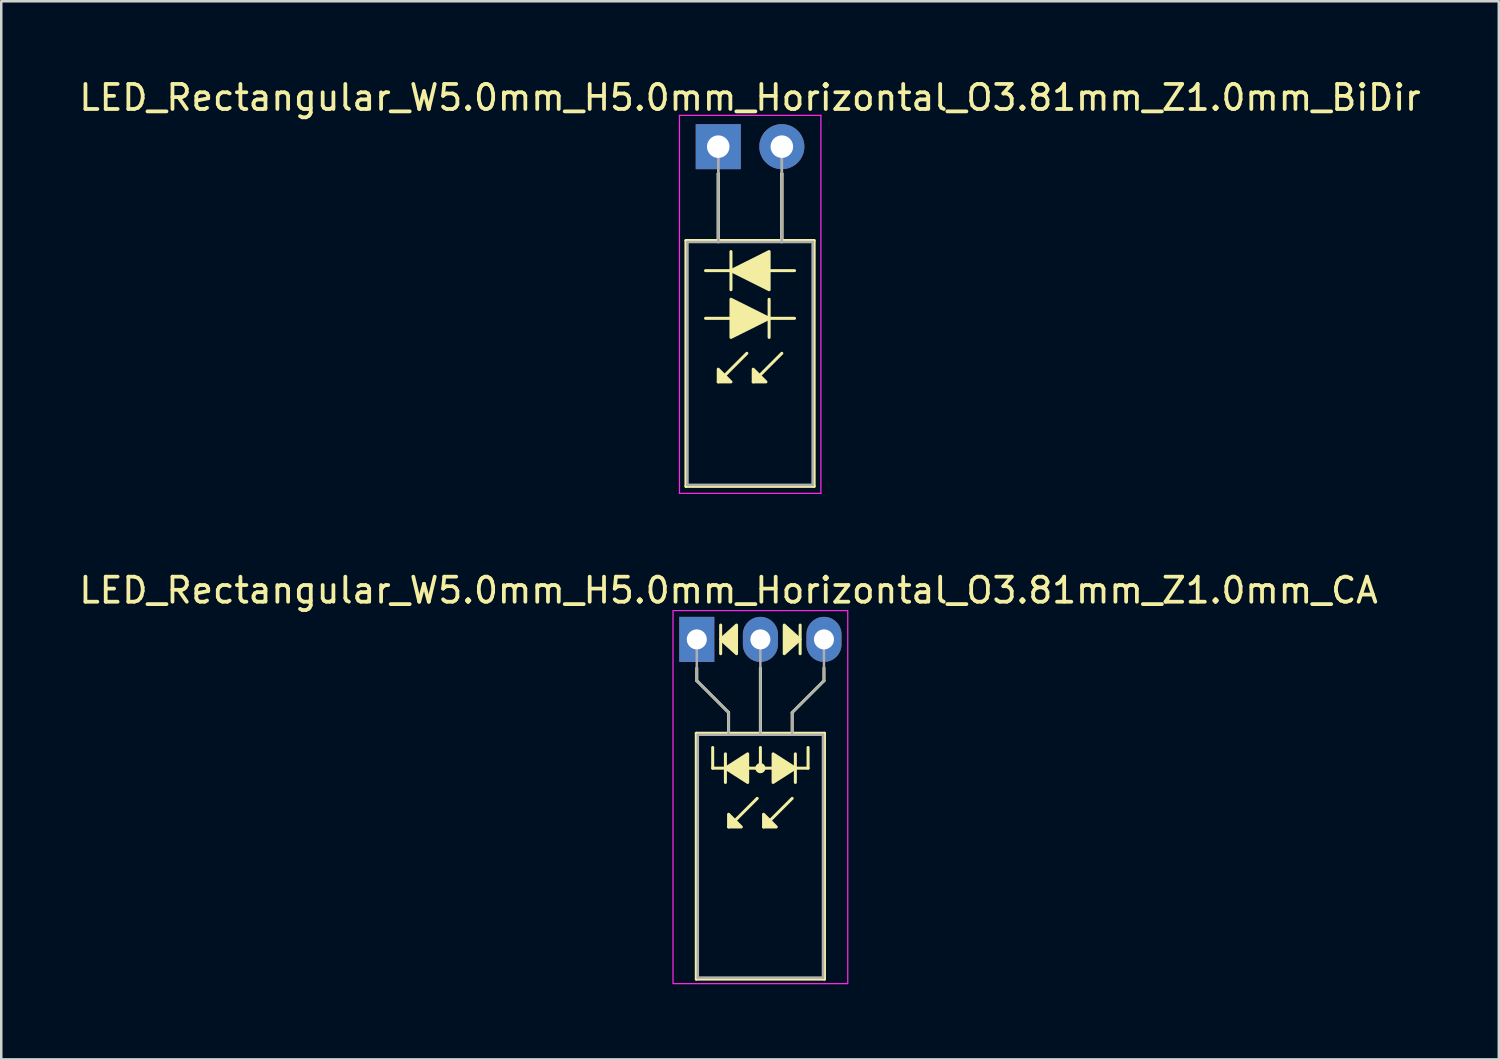
<source format=kicad_pcb>
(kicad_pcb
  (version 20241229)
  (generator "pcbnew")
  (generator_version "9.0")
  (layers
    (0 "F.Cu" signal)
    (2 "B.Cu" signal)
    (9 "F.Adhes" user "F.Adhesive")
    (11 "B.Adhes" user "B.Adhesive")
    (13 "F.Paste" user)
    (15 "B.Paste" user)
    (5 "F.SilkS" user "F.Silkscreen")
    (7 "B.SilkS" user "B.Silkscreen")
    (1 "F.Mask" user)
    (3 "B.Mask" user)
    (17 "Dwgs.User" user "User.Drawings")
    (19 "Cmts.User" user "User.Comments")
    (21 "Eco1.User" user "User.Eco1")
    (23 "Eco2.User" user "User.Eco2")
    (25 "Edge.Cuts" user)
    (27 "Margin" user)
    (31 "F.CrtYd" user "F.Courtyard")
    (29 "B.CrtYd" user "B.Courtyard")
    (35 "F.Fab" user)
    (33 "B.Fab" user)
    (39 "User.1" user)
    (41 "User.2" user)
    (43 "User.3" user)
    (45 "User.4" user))
  (footprint "LED_Rectangular_W5.0mm_H5.0mm_Horizontal_O3.81mm_Z1.0mm_BiDir"
    (layer "F.Cu")
    (at 25.641 2.808)
    (property "Reference" "LED_Rectangular_W5.0mm_H5.0mm_Horizontal_O3.81mm_Z1.0mm_BiDir" (at 1.27 -1.96 0) (layer "F.SilkS") (effects (font (size 1 1) (thickness 0.15))))
    (fp_line (start -1.29 3.75) (end -1.29 13.57) (stroke (width 0.12) (type solid)) (layer "F.SilkS"))
    (fp_line (start -1.29 13.57) (end 3.83 13.57) (stroke (width 0.12) (type solid)) (layer "F.SilkS"))
    (fp_line (start -0.508 6.858) (end 0.508 6.858) (stroke (width 0.12) (type solid)) (layer "F.SilkS"))
    (fp_line (start 0 1.08) (end 0 1.08) (stroke (width 0.12) (type solid)) (layer "F.SilkS"))
    (fp_line (start 0 1.08) (end 0 3.75) (stroke (width 0.12) (type solid)) (layer "F.SilkS"))
    (fp_line (start 0 3.75) (end 0 1.08) (stroke (width 0.12) (type solid)) (layer "F.SilkS"))
    (fp_line (start 0 3.75) (end 0 3.75) (stroke (width 0.12) (type solid)) (layer "F.SilkS"))
    (fp_line (start 0.508 4.191) (end 0.508 5.715) (stroke (width 0.12) (type solid)) (layer "F.SilkS"))
    (fp_line (start 0.508 4.953) (end -0.508 4.953) (stroke (width 0.12) (type solid)) (layer "F.SilkS"))
    (fp_line (start 1.143 8.255) (end 0 9.398) (stroke (width 0.12) (type solid)) (layer "F.SilkS"))
    (fp_line (start 2.032 6.858) (end 3.048 6.858) (stroke (width 0.12) (type solid)) (layer "F.SilkS"))
    (fp_line (start 2.032 7.62) (end 2.032 6.096) (stroke (width 0.12) (type solid)) (layer "F.SilkS"))
    (fp_line (start 2.54 1.08) (end 2.54 1.08) (stroke (width 0.12) (type solid)) (layer "F.SilkS"))
    (fp_line (start 2.54 1.08) (end 2.54 3.75) (stroke (width 0.12) (type solid)) (layer "F.SilkS"))
    (fp_line (start 2.54 3.75) (end 2.54 1.08) (stroke (width 0.12) (type solid)) (layer "F.SilkS"))
    (fp_line (start 2.54 3.75) (end 2.54 3.75) (stroke (width 0.12) (type solid)) (layer "F.SilkS"))
    (fp_line (start 2.54 8.255) (end 1.397 9.398) (stroke (width 0.12) (type solid)) (layer "F.SilkS"))
    (fp_line (start 3.048 4.953) (end 2.032 4.953) (stroke (width 0.12) (type solid)) (layer "F.SilkS"))
    (fp_line (start 3.83 3.75) (end -1.29 3.75) (stroke (width 0.12) (type solid)) (layer "F.SilkS"))
    (fp_line (start 3.83 13.57) (end 3.83 3.75) (stroke (width 0.12) (type solid)) (layer "F.SilkS"))
    (fp_poly (pts (xy 0 8.89) (xy 0.508 9.398) (xy 0 9.398)) (stroke (width 0.12) (type solid)) (fill yes) (layer "F.SilkS"))
    (fp_poly (pts (xy 0.508 6.096) (xy 2.032 6.858) (xy 0.508 7.62)) (stroke (width 0.12) (type solid)) (fill yes) (layer "F.SilkS"))
    (fp_poly (pts (xy 1.397 8.89) (xy 1.905 9.398) (xy 1.397 9.398)) (stroke (width 0.12) (type solid)) (fill yes) (layer "F.SilkS"))
    (fp_poly (pts (xy 2.032 5.715) (xy 0.508 4.953) (xy 2.032 4.191)) (stroke (width 0.12) (type solid)) (fill yes) (layer "F.SilkS"))
    (fp_line (start -1.55 -1.25) (end -1.55 13.85) (stroke (width 0.05) (type solid)) (layer "F.CrtYd"))
    (fp_line (start -1.55 13.85) (end 4.1 13.85) (stroke (width 0.05) (type solid)) (layer "F.CrtYd"))
    (fp_line (start 4.1 -1.25) (end -1.55 -1.25) (stroke (width 0.05) (type solid)) (layer "F.CrtYd"))
    (fp_line (start 4.1 13.85) (end 4.1 -1.25) (stroke (width 0.05) (type solid)) (layer "F.CrtYd"))
    (fp_line (start -1.23 3.81) (end -1.23 13.51) (stroke (width 0.1) (type solid)) (layer "F.Fab"))
    (fp_line (start -1.23 13.51) (end 3.77 13.51) (stroke (width 0.1) (type solid)) (layer "F.Fab"))
    (fp_line (start 0 0) (end 0 0) (stroke (width 0.1) (type solid)) (layer "F.Fab"))
    (fp_line (start 0 0) (end 0 3.81) (stroke (width 0.1) (type solid)) (layer "F.Fab"))
    (fp_line (start 0 3.81) (end 0 0) (stroke (width 0.1) (type solid)) (layer "F.Fab"))
    (fp_line (start 0 3.81) (end 0 3.81) (stroke (width 0.1) (type solid)) (layer "F.Fab"))
    (fp_line (start 2.54 0) (end 2.54 0) (stroke (width 0.1) (type solid)) (layer "F.Fab"))
    (fp_line (start 2.54 0) (end 2.54 3.81) (stroke (width 0.1) (type solid)) (layer "F.Fab"))
    (fp_line (start 2.54 3.81) (end 2.54 0) (stroke (width 0.1) (type solid)) (layer "F.Fab"))
    (fp_line (start 2.54 3.81) (end 2.54 3.81) (stroke (width 0.1) (type solid)) (layer "F.Fab"))
    (fp_line (start 3.77 3.81) (end -1.23 3.81) (stroke (width 0.1) (type solid)) (layer "F.Fab"))
    (fp_line (start 3.77 13.51) (end 3.77 3.81) (stroke (width 0.1) (type solid)) (layer "F.Fab"))
    (pad "1" thru_hole rect (at 0 0) (size 1.8 1.8) (drill 0.9) (layers "*.Cu" "*.Mask"))
    (pad "2" thru_hole circle (at 2.54 0) (size 1.8 1.8) (drill 0.9) (layers "*.Cu" "*.Mask")))
  (footprint "LED_Rectangular_W5.0mm_H5.0mm_Horizontal_O3.81mm_Z1.0mm_CA"
    (layer "F.Cu")
    (at 24.784 22.491)
    (property "Reference" "LED_Rectangular_W5.0mm_H5.0mm_Horizontal_O3.81mm_Z1.0mm_CA" (at 1.27 -1.96 0) (layer "F.SilkS") (effects (font (size 1 1) (thickness 0.15))))
    (fp_line (start -0.02 3.75) (end -0.02 13.57) (stroke (width 0.12) (type solid)) (layer "F.SilkS"))
    (fp_line (start -0.02 13.57) (end 5.1 13.57) (stroke (width 0.12) (type solid)) (layer "F.SilkS"))
    (fp_line (start 0 1.143) (end 0 1.651) (stroke (width 0.12) (type default)) (layer "F.SilkS"))
    (fp_line (start 0 1.651) (end 1.27 2.921) (stroke (width 0.12) (type default)) (layer "F.SilkS"))
    (fp_line (start 0.635 5.144) (end 0.635 4.318) (stroke (width 0.12) (type default)) (layer "F.SilkS"))
    (fp_line (start 0.635 5.144) (end 4.445 5.144) (stroke (width 0.12) (type default)) (layer "F.SilkS"))
    (fp_line (start 0.953 -0.572) (end 0.953 0.572) (stroke (width 0.12) (type solid)) (layer "F.SilkS"))
    (fp_line (start 1.143 4.572) (end 1.143 5.715) (stroke (width 0.12) (type solid)) (layer "F.SilkS"))
    (fp_line (start 1.27 2.921) (end 1.27 3.75) (stroke (width 0.12) (type default)) (layer "F.SilkS"))
    (fp_line (start 1.27 3.75) (end 1.27 3.75) (stroke (width 0.12) (type solid)) (layer "F.SilkS"))
    (fp_line (start 2.413 6.35) (end 1.27 7.493) (stroke (width 0.12) (type solid)) (layer "F.SilkS"))
    (fp_line (start 2.54 3.75) (end 2.54 1.143) (stroke (width 0.12) (type default)) (layer "F.SilkS"))
    (fp_line (start 2.54 5.144) (end 2.54 4.318) (stroke (width 0.12) (type default)) (layer "F.SilkS"))
    (fp_line (start 3.81 2.921) (end 3.81 3.75) (stroke (width 0.12) (type default)) (layer "F.SilkS"))
    (fp_line (start 3.81 3.75) (end 3.81 3.75) (stroke (width 0.12) (type solid)) (layer "F.SilkS"))
    (fp_line (start 3.81 6.35) (end 2.667 7.493) (stroke (width 0.12) (type solid)) (layer "F.SilkS"))
    (fp_line (start 3.937 5.715) (end 3.937 4.572) (stroke (width 0.12) (type solid)) (layer "F.SilkS"))
    (fp_line (start 4.128 0.572) (end 4.128 -0.572) (stroke (width 0.12) (type solid)) (layer "F.SilkS"))
    (fp_line (start 4.445 5.144) (end 4.445 4.318) (stroke (width 0.12) (type default)) (layer "F.SilkS"))
    (fp_line (start 5.08 1.143) (end 5.08 1.651) (stroke (width 0.12) (type default)) (layer "F.SilkS"))
    (fp_line (start 5.08 1.651) (end 3.81 2.921) (stroke (width 0.12) (type default)) (layer "F.SilkS"))
    (fp_line (start 5.1 3.75) (end -0.02 3.75) (stroke (width 0.12) (type solid)) (layer "F.SilkS"))
    (fp_line (start 5.1 13.57) (end 5.1 3.75) (stroke (width 0.12) (type solid)) (layer "F.SilkS"))
    (fp_circle (center 2.54 5.144) (end 2.682 5.144) (stroke (width 0.12) (type solid)) (fill yes) (layer "F.SilkS"))
    (fp_poly (pts (xy 1.27 6.985) (xy 1.778 7.493) (xy 1.27 7.493)) (stroke (width 0.12) (type solid)) (fill yes) (layer "F.SilkS"))
    (fp_poly (pts (xy 1.587 0.572) (xy 0.953 0) (xy 1.587 -0.572)) (stroke (width 0.12) (type solid)) (fill yes) (layer "F.SilkS"))
    (fp_poly (pts (xy 2.032 5.715) (xy 1.143 5.144) (xy 2.032 4.572)) (stroke (width 0.12) (type solid)) (fill yes) (layer "F.SilkS"))
    (fp_poly (pts (xy 2.667 6.985) (xy 3.175 7.493) (xy 2.667 7.493)) (stroke (width 0.12) (type solid)) (fill yes) (layer "F.SilkS"))
    (fp_poly (pts (xy 3.048 4.572) (xy 3.937 5.144) (xy 3.048 5.715)) (stroke (width 0.12) (type solid)) (fill yes) (layer "F.SilkS"))
    (fp_poly (pts (xy 3.493 -0.572) (xy 4.128 0) (xy 3.493 0.572)) (stroke (width 0.12) (type solid)) (fill yes) (layer "F.SilkS"))
    (fp_rect (start -0.95 -1.15) (end 6.03 13.75) (stroke (width 0.05) (type default)) (fill no) (layer "F.CrtYd"))
    (fp_line (start 0 0) (end 0 0) (stroke (width 0.1) (type solid)) (layer "F.Fab"))
    (fp_line (start 0 1.651) (end 0 0) (stroke (width 0.1) (type default)) (layer "F.Fab"))
    (fp_line (start 0.04 3.81) (end 0.04 13.51) (stroke (width 0.1) (type solid)) (layer "F.Fab"))
    (fp_line (start 0.04 13.51) (end 5.04 13.51) (stroke (width 0.1) (type solid)) (layer "F.Fab"))
    (fp_line (start 1.27 2.921) (end 0 1.651) (stroke (width 0.1) (type default)) (layer "F.Fab"))
    (fp_line (start 1.27 2.921) (end 1.27 3.81) (stroke (width 0.1) (type default)) (layer "F.Fab"))
    (fp_line (start 1.27 3.81) (end 1.27 3.81) (stroke (width 0.1) (type solid)) (layer "F.Fab"))
    (fp_line (start 2.54 0) (end 2.54 0) (stroke (width 0.1) (type solid)) (layer "F.Fab"))
    (fp_line (start 2.54 0) (end 2.54 3.81) (stroke (width 0.1) (type default)) (layer "F.Fab"))
    (fp_line (start 3.81 2.921) (end 3.81 3.81) (stroke (width 0.1) (type default)) (layer "F.Fab"))
    (fp_line (start 3.81 2.921) (end 5.08 1.651) (stroke (width 0.1) (type default)) (layer "F.Fab"))
    (fp_line (start 3.81 3.81) (end 3.81 3.81) (stroke (width 0.1) (type solid)) (layer "F.Fab"))
    (fp_line (start 5.04 3.81) (end 0.04 3.81) (stroke (width 0.1) (type solid)) (layer "F.Fab"))
    (fp_line (start 5.04 13.51) (end 5.04 3.81) (stroke (width 0.1) (type solid)) (layer "F.Fab"))
    (fp_line (start 5.08 1.651) (end 5.08 0) (stroke (width 0.1) (type default)) (layer "F.Fab"))
    (pad "1" thru_hole rect (at 0 0) (size 1.4 1.8) (drill 0.8) (layers "*.Cu" "*.Mask"))
    (pad "2" thru_hole oval (at 2.54 0) (size 1.4 1.8) (drill 0.8) (layers "*.Cu" "*.Mask"))
    (pad "3" thru_hole oval (at 5.08 0) (size 1.4 1.8) (drill 0.8) (layers "*.Cu" "*.Mask")))
  (gr_rect
    (start -3 -3)
    (end 56.821 39.267)
    (stroke (width 0.1) (type default))
    (fill no)
    (layer "Edge.Cuts")))
</source>
